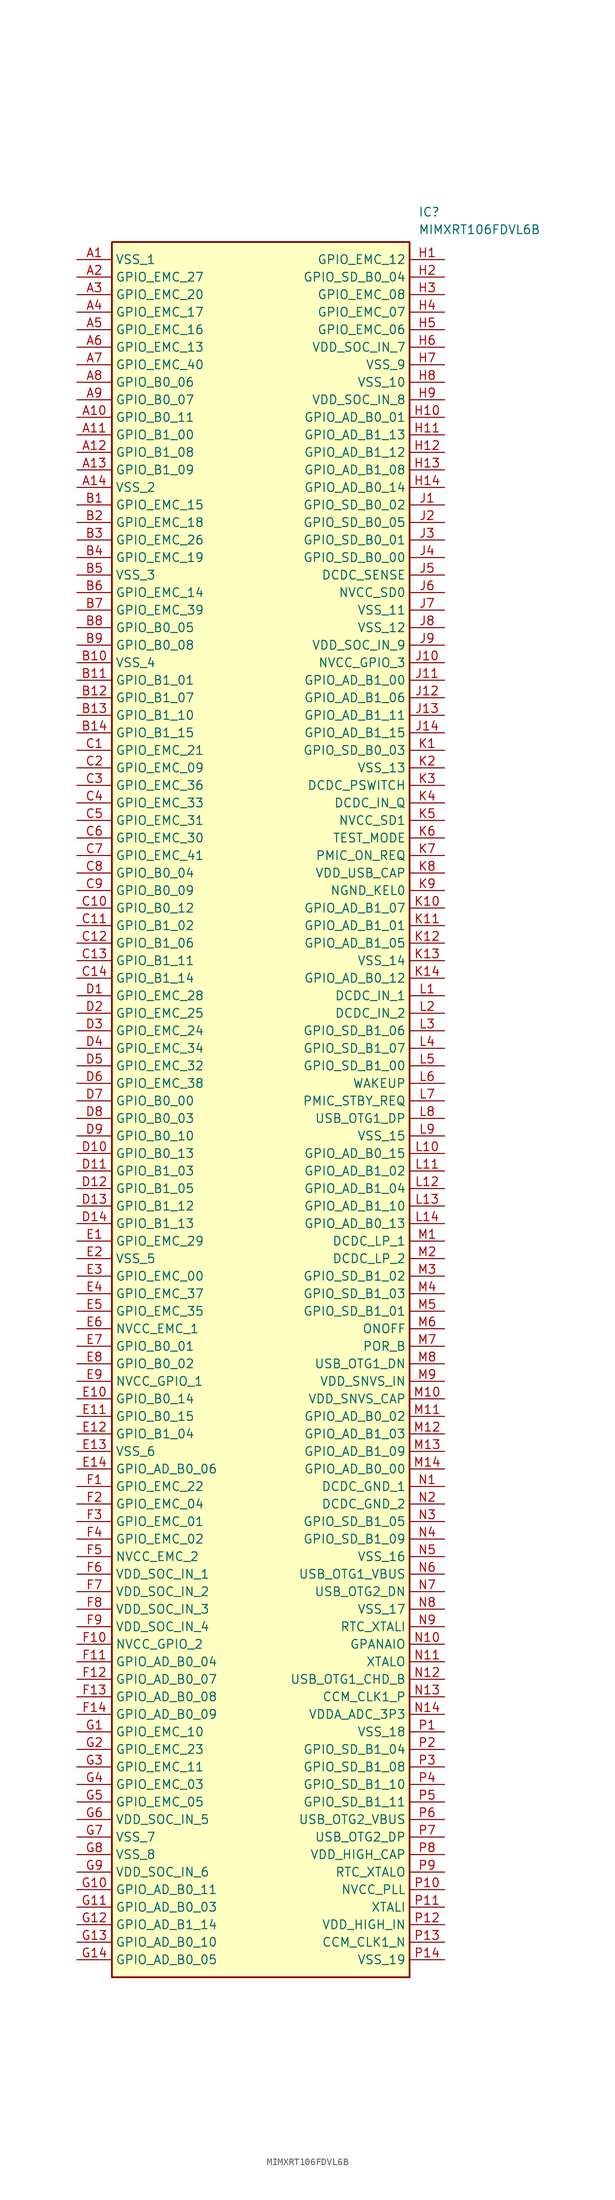
<source format=kicad_sym>
(kicad_symbol_lib
  (version 20211014)
  (generator SamacSys_ECAD_Model)
  (symbol "MIMXRT106FDVL6B"
    (property "Reference" "IC"
      (at 49.53 7.62 0)
      (effects (font (size 1.27 1.27)) (justify left top)))
    (property "Value" "MIMXRT106FDVL6B"
      (at 49.53 5.08 0)
      (effects (font (size 1.27 1.27)) (justify left top)))
    (rectangle
      (start 5.08 2.54)
      (end 48.26 -248.92)
      (stroke (width 0.254) (type default))
      (fill (type background)))
    (pin passive line
      (at 0 0 0)
      (length 5.08)
      (name "VSS_1" (effects (font (size 1.27 1.27))))
      (number "A1" (effects (font (size 1.27 1.27)))))
    (pin passive line
      (at 0 -2.54 0)
      (length 5.08)
      (name "GPIO_EMC_27" (effects (font (size 1.27 1.27))))
      (number "A2" (effects (font (size 1.27 1.27)))))
    (pin passive line
      (at 0 -5.08 0)
      (length 5.08)
      (name "GPIO_EMC_20" (effects (font (size 1.27 1.27))))
      (number "A3" (effects (font (size 1.27 1.27)))))
    (pin passive line
      (at 0 -7.62 0)
      (length 5.08)
      (name "GPIO_EMC_17" (effects (font (size 1.27 1.27))))
      (number "A4" (effects (font (size 1.27 1.27)))))
    (pin passive line
      (at 0 -10.16 0)
      (length 5.08)
      (name "GPIO_EMC_16" (effects (font (size 1.27 1.27))))
      (number "A5" (effects (font (size 1.27 1.27)))))
    (pin passive line
      (at 0 -12.7 0)
      (length 5.08)
      (name "GPIO_EMC_13" (effects (font (size 1.27 1.27))))
      (number "A6" (effects (font (size 1.27 1.27)))))
    (pin passive line
      (at 0 -15.24 0)
      (length 5.08)
      (name "GPIO_EMC_40" (effects (font (size 1.27 1.27))))
      (number "A7" (effects (font (size 1.27 1.27)))))
    (pin passive line
      (at 0 -17.78 0)
      (length 5.08)
      (name "GPIO_B0_06" (effects (font (size 1.27 1.27))))
      (number "A8" (effects (font (size 1.27 1.27)))))
    (pin passive line
      (at 0 -20.32 0)
      (length 5.08)
      (name "GPIO_B0_07" (effects (font (size 1.27 1.27))))
      (number "A9" (effects (font (size 1.27 1.27)))))
    (pin passive line
      (at 0 -22.86 0)
      (length 5.08)
      (name "GPIO_B0_11" (effects (font (size 1.27 1.27))))
      (number "A10" (effects (font (size 1.27 1.27)))))
    (pin passive line
      (at 0 -25.4 0)
      (length 5.08)
      (name "GPIO_B1_00" (effects (font (size 1.27 1.27))))
      (number "A11" (effects (font (size 1.27 1.27)))))
    (pin passive line
      (at 0 -27.94 0)
      (length 5.08)
      (name "GPIO_B1_08" (effects (font (size 1.27 1.27))))
      (number "A12" (effects (font (size 1.27 1.27)))))
    (pin passive line
      (at 0 -30.48 0)
      (length 5.08)
      (name "GPIO_B1_09" (effects (font (size 1.27 1.27))))
      (number "A13" (effects (font (size 1.27 1.27)))))
    (pin passive line
      (at 0 -33.02 0)
      (length 5.08)
      (name "VSS_2" (effects (font (size 1.27 1.27))))
      (number "A14" (effects (font (size 1.27 1.27)))))
    (pin passive line
      (at 0 -35.56 0)
      (length 5.08)
      (name "GPIO_EMC_15" (effects (font (size 1.27 1.27))))
      (number "B1" (effects (font (size 1.27 1.27)))))
    (pin passive line
      (at 0 -38.1 0)
      (length 5.08)
      (name "GPIO_EMC_18" (effects (font (size 1.27 1.27))))
      (number "B2" (effects (font (size 1.27 1.27)))))
    (pin passive line
      (at 0 -40.64 0)
      (length 5.08)
      (name "GPIO_EMC_26" (effects (font (size 1.27 1.27))))
      (number "B3" (effects (font (size 1.27 1.27)))))
    (pin passive line
      (at 0 -43.18 0)
      (length 5.08)
      (name "GPIO_EMC_19" (effects (font (size 1.27 1.27))))
      (number "B4" (effects (font (size 1.27 1.27)))))
    (pin passive line
      (at 0 -45.72 0)
      (length 5.08)
      (name "VSS_3" (effects (font (size 1.27 1.27))))
      (number "B5" (effects (font (size 1.27 1.27)))))
    (pin passive line
      (at 0 -48.26 0)
      (length 5.08)
      (name "GPIO_EMC_14" (effects (font (size 1.27 1.27))))
      (number "B6" (effects (font (size 1.27 1.27)))))
    (pin passive line
      (at 0 -50.8 0)
      (length 5.08)
      (name "GPIO_EMC_39" (effects (font (size 1.27 1.27))))
      (number "B7" (effects (font (size 1.27 1.27)))))
    (pin passive line
      (at 0 -53.34 0)
      (length 5.08)
      (name "GPIO_B0_05" (effects (font (size 1.27 1.27))))
      (number "B8" (effects (font (size 1.27 1.27)))))
    (pin passive line
      (at 0 -55.88 0)
      (length 5.08)
      (name "GPIO_B0_08" (effects (font (size 1.27 1.27))))
      (number "B9" (effects (font (size 1.27 1.27)))))
    (pin passive line
      (at 0 -58.42 0)
      (length 5.08)
      (name "VSS_4" (effects (font (size 1.27 1.27))))
      (number "B10" (effects (font (size 1.27 1.27)))))
    (pin passive line
      (at 0 -60.96 0)
      (length 5.08)
      (name "GPIO_B1_01" (effects (font (size 1.27 1.27))))
      (number "B11" (effects (font (size 1.27 1.27)))))
    (pin passive line
      (at 0 -63.5 0)
      (length 5.08)
      (name "GPIO_B1_07" (effects (font (size 1.27 1.27))))
      (number "B12" (effects (font (size 1.27 1.27)))))
    (pin passive line
      (at 0 -66.04 0)
      (length 5.08)
      (name "GPIO_B1_10" (effects (font (size 1.27 1.27))))
      (number "B13" (effects (font (size 1.27 1.27)))))
    (pin passive line
      (at 0 -68.58 0)
      (length 5.08)
      (name "GPIO_B1_15" (effects (font (size 1.27 1.27))))
      (number "B14" (effects (font (size 1.27 1.27)))))
    (pin passive line
      (at 0 -71.12 0)
      (length 5.08)
      (name "GPIO_EMC_21" (effects (font (size 1.27 1.27))))
      (number "C1" (effects (font (size 1.27 1.27)))))
    (pin passive line
      (at 0 -73.66 0)
      (length 5.08)
      (name "GPIO_EMC_09" (effects (font (size 1.27 1.27))))
      (number "C2" (effects (font (size 1.27 1.27)))))
    (pin passive line
      (at 0 -76.2 0)
      (length 5.08)
      (name "GPIO_EMC_36" (effects (font (size 1.27 1.27))))
      (number "C3" (effects (font (size 1.27 1.27)))))
    (pin passive line
      (at 0 -78.74 0)
      (length 5.08)
      (name "GPIO_EMC_33" (effects (font (size 1.27 1.27))))
      (number "C4" (effects (font (size 1.27 1.27)))))
    (pin passive line
      (at 0 -81.28 0)
      (length 5.08)
      (name "GPIO_EMC_31" (effects (font (size 1.27 1.27))))
      (number "C5" (effects (font (size 1.27 1.27)))))
    (pin passive line
      (at 0 -83.82 0)
      (length 5.08)
      (name "GPIO_EMC_30" (effects (font (size 1.27 1.27))))
      (number "C6" (effects (font (size 1.27 1.27)))))
    (pin passive line
      (at 0 -86.36 0)
      (length 5.08)
      (name "GPIO_EMC_41" (effects (font (size 1.27 1.27))))
      (number "C7" (effects (font (size 1.27 1.27)))))
    (pin passive line
      (at 0 -88.9 0)
      (length 5.08)
      (name "GPIO_B0_04" (effects (font (size 1.27 1.27))))
      (number "C8" (effects (font (size 1.27 1.27)))))
    (pin passive line
      (at 0 -91.44 0)
      (length 5.08)
      (name "GPIO_B0_09" (effects (font (size 1.27 1.27))))
      (number "C9" (effects (font (size 1.27 1.27)))))
    (pin passive line
      (at 0 -93.98 0)
      (length 5.08)
      (name "GPIO_B0_12" (effects (font (size 1.27 1.27))))
      (number "C10" (effects (font (size 1.27 1.27)))))
    (pin passive line
      (at 0 -96.52 0)
      (length 5.08)
      (name "GPIO_B1_02" (effects (font (size 1.27 1.27))))
      (number "C11" (effects (font (size 1.27 1.27)))))
    (pin passive line
      (at 0 -99.06 0)
      (length 5.08)
      (name "GPIO_B1_06" (effects (font (size 1.27 1.27))))
      (number "C12" (effects (font (size 1.27 1.27)))))
    (pin passive line
      (at 0 -101.6 0)
      (length 5.08)
      (name "GPIO_B1_11" (effects (font (size 1.27 1.27))))
      (number "C13" (effects (font (size 1.27 1.27)))))
    (pin passive line
      (at 0 -104.14 0)
      (length 5.08)
      (name "GPIO_B1_14" (effects (font (size 1.27 1.27))))
      (number "C14" (effects (font (size 1.27 1.27)))))
    (pin passive line
      (at 0 -106.68 0)
      (length 5.08)
      (name "GPIO_EMC_28" (effects (font (size 1.27 1.27))))
      (number "D1" (effects (font (size 1.27 1.27)))))
    (pin passive line
      (at 0 -109.22 0)
      (length 5.08)
      (name "GPIO_EMC_25" (effects (font (size 1.27 1.27))))
      (number "D2" (effects (font (size 1.27 1.27)))))
    (pin passive line
      (at 0 -111.76 0)
      (length 5.08)
      (name "GPIO_EMC_24" (effects (font (size 1.27 1.27))))
      (number "D3" (effects (font (size 1.27 1.27)))))
    (pin passive line
      (at 0 -114.3 0)
      (length 5.08)
      (name "GPIO_EMC_34" (effects (font (size 1.27 1.27))))
      (number "D4" (effects (font (size 1.27 1.27)))))
    (pin passive line
      (at 0 -116.84 0)
      (length 5.08)
      (name "GPIO_EMC_32" (effects (font (size 1.27 1.27))))
      (number "D5" (effects (font (size 1.27 1.27)))))
    (pin passive line
      (at 0 -119.38 0)
      (length 5.08)
      (name "GPIO_EMC_38" (effects (font (size 1.27 1.27))))
      (number "D6" (effects (font (size 1.27 1.27)))))
    (pin passive line
      (at 0 -121.92 0)
      (length 5.08)
      (name "GPIO_B0_00" (effects (font (size 1.27 1.27))))
      (number "D7" (effects (font (size 1.27 1.27)))))
    (pin passive line
      (at 0 -124.46 0)
      (length 5.08)
      (name "GPIO_B0_03" (effects (font (size 1.27 1.27))))
      (number "D8" (effects (font (size 1.27 1.27)))))
    (pin passive line
      (at 0 -127 0)
      (length 5.08)
      (name "GPIO_B0_10" (effects (font (size 1.27 1.27))))
      (number "D9" (effects (font (size 1.27 1.27)))))
    (pin passive line
      (at 0 -129.54 0)
      (length 5.08)
      (name "GPIO_B0_13" (effects (font (size 1.27 1.27))))
      (number "D10" (effects (font (size 1.27 1.27)))))
    (pin passive line
      (at 0 -132.08 0)
      (length 5.08)
      (name "GPIO_B1_03" (effects (font (size 1.27 1.27))))
      (number "D11" (effects (font (size 1.27 1.27)))))
    (pin passive line
      (at 0 -134.62 0)
      (length 5.08)
      (name "GPIO_B1_05" (effects (font (size 1.27 1.27))))
      (number "D12" (effects (font (size 1.27 1.27)))))
    (pin passive line
      (at 0 -137.16 0)
      (length 5.08)
      (name "GPIO_B1_12" (effects (font (size 1.27 1.27))))
      (number "D13" (effects (font (size 1.27 1.27)))))
    (pin passive line
      (at 0 -139.7 0)
      (length 5.08)
      (name "GPIO_B1_13" (effects (font (size 1.27 1.27))))
      (number "D14" (effects (font (size 1.27 1.27)))))
    (pin passive line
      (at 0 -142.24 0)
      (length 5.08)
      (name "GPIO_EMC_29" (effects (font (size 1.27 1.27))))
      (number "E1" (effects (font (size 1.27 1.27)))))
    (pin passive line
      (at 0 -144.78 0)
      (length 5.08)
      (name "VSS_5" (effects (font (size 1.27 1.27))))
      (number "E2" (effects (font (size 1.27 1.27)))))
    (pin passive line
      (at 0 -147.32 0)
      (length 5.08)
      (name "GPIO_EMC_00" (effects (font (size 1.27 1.27))))
      (number "E3" (effects (font (size 1.27 1.27)))))
    (pin passive line
      (at 0 -149.86 0)
      (length 5.08)
      (name "GPIO_EMC_37" (effects (font (size 1.27 1.27))))
      (number "E4" (effects (font (size 1.27 1.27)))))
    (pin passive line
      (at 0 -152.4 0)
      (length 5.08)
      (name "GPIO_EMC_35" (effects (font (size 1.27 1.27))))
      (number "E5" (effects (font (size 1.27 1.27)))))
    (pin passive line
      (at 0 -154.94 0)
      (length 5.08)
      (name "NVCC_EMC_1" (effects (font (size 1.27 1.27))))
      (number "E6" (effects (font (size 1.27 1.27)))))
    (pin passive line
      (at 0 -157.48 0)
      (length 5.08)
      (name "GPIO_B0_01" (effects (font (size 1.27 1.27))))
      (number "E7" (effects (font (size 1.27 1.27)))))
    (pin passive line
      (at 0 -160.02 0)
      (length 5.08)
      (name "GPIO_B0_02" (effects (font (size 1.27 1.27))))
      (number "E8" (effects (font (size 1.27 1.27)))))
    (pin passive line
      (at 0 -162.56 0)
      (length 5.08)
      (name "NVCC_GPIO_1" (effects (font (size 1.27 1.27))))
      (number "E9" (effects (font (size 1.27 1.27)))))
    (pin passive line
      (at 0 -165.1 0)
      (length 5.08)
      (name "GPIO_B0_14" (effects (font (size 1.27 1.27))))
      (number "E10" (effects (font (size 1.27 1.27)))))
    (pin passive line
      (at 0 -167.64 0)
      (length 5.08)
      (name "GPIO_B0_15" (effects (font (size 1.27 1.27))))
      (number "E11" (effects (font (size 1.27 1.27)))))
    (pin passive line
      (at 0 -170.18 0)
      (length 5.08)
      (name "GPIO_B1_04" (effects (font (size 1.27 1.27))))
      (number "E12" (effects (font (size 1.27 1.27)))))
    (pin passive line
      (at 0 -172.72 0)
      (length 5.08)
      (name "VSS_6" (effects (font (size 1.27 1.27))))
      (number "E13" (effects (font (size 1.27 1.27)))))
    (pin passive line
      (at 0 -175.26 0)
      (length 5.08)
      (name "GPIO_AD_B0_06" (effects (font (size 1.27 1.27))))
      (number "E14" (effects (font (size 1.27 1.27)))))
    (pin passive line
      (at 0 -177.8 0)
      (length 5.08)
      (name "GPIO_EMC_22" (effects (font (size 1.27 1.27))))
      (number "F1" (effects (font (size 1.27 1.27)))))
    (pin passive line
      (at 0 -180.34 0)
      (length 5.08)
      (name "GPIO_EMC_04" (effects (font (size 1.27 1.27))))
      (number "F2" (effects (font (size 1.27 1.27)))))
    (pin passive line
      (at 0 -182.88 0)
      (length 5.08)
      (name "GPIO_EMC_01" (effects (font (size 1.27 1.27))))
      (number "F3" (effects (font (size 1.27 1.27)))))
    (pin passive line
      (at 0 -185.42 0)
      (length 5.08)
      (name "GPIO_EMC_02" (effects (font (size 1.27 1.27))))
      (number "F4" (effects (font (size 1.27 1.27)))))
    (pin passive line
      (at 0 -187.96 0)
      (length 5.08)
      (name "NVCC_EMC_2" (effects (font (size 1.27 1.27))))
      (number "F5" (effects (font (size 1.27 1.27)))))
    (pin passive line
      (at 0 -190.5 0)
      (length 5.08)
      (name "VDD_SOC_IN_1" (effects (font (size 1.27 1.27))))
      (number "F6" (effects (font (size 1.27 1.27)))))
    (pin passive line
      (at 0 -193.04 0)
      (length 5.08)
      (name "VDD_SOC_IN_2" (effects (font (size 1.27 1.27))))
      (number "F7" (effects (font (size 1.27 1.27)))))
    (pin passive line
      (at 0 -195.58 0)
      (length 5.08)
      (name "VDD_SOC_IN_3" (effects (font (size 1.27 1.27))))
      (number "F8" (effects (font (size 1.27 1.27)))))
    (pin passive line
      (at 0 -198.12 0)
      (length 5.08)
      (name "VDD_SOC_IN_4" (effects (font (size 1.27 1.27))))
      (number "F9" (effects (font (size 1.27 1.27)))))
    (pin passive line
      (at 0 -200.66 0)
      (length 5.08)
      (name "NVCC_GPIO_2" (effects (font (size 1.27 1.27))))
      (number "F10" (effects (font (size 1.27 1.27)))))
    (pin passive line
      (at 0 -203.2 0)
      (length 5.08)
      (name "GPIO_AD_B0_04" (effects (font (size 1.27 1.27))))
      (number "F11" (effects (font (size 1.27 1.27)))))
    (pin passive line
      (at 0 -205.74 0)
      (length 5.08)
      (name "GPIO_AD_B0_07" (effects (font (size 1.27 1.27))))
      (number "F12" (effects (font (size 1.27 1.27)))))
    (pin passive line
      (at 0 -208.28 0)
      (length 5.08)
      (name "GPIO_AD_B0_08" (effects (font (size 1.27 1.27))))
      (number "F13" (effects (font (size 1.27 1.27)))))
    (pin passive line
      (at 0 -210.82 0)
      (length 5.08)
      (name "GPIO_AD_B0_09" (effects (font (size 1.27 1.27))))
      (number "F14" (effects (font (size 1.27 1.27)))))
    (pin passive line
      (at 0 -213.36 0)
      (length 5.08)
      (name "GPIO_EMC_10" (effects (font (size 1.27 1.27))))
      (number "G1" (effects (font (size 1.27 1.27)))))
    (pin passive line
      (at 0 -215.9 0)
      (length 5.08)
      (name "GPIO_EMC_23" (effects (font (size 1.27 1.27))))
      (number "G2" (effects (font (size 1.27 1.27)))))
    (pin passive line
      (at 0 -218.44 0)
      (length 5.08)
      (name "GPIO_EMC_11" (effects (font (size 1.27 1.27))))
      (number "G3" (effects (font (size 1.27 1.27)))))
    (pin passive line
      (at 0 -220.98 0)
      (length 5.08)
      (name "GPIO_EMC_03" (effects (font (size 1.27 1.27))))
      (number "G4" (effects (font (size 1.27 1.27)))))
    (pin passive line
      (at 0 -223.52 0)
      (length 5.08)
      (name "GPIO_EMC_05" (effects (font (size 1.27 1.27))))
      (number "G5" (effects (font (size 1.27 1.27)))))
    (pin passive line
      (at 0 -226.06 0)
      (length 5.08)
      (name "VDD_SOC_IN_5" (effects (font (size 1.27 1.27))))
      (number "G6" (effects (font (size 1.27 1.27)))))
    (pin passive line
      (at 0 -228.6 0)
      (length 5.08)
      (name "VSS_7" (effects (font (size 1.27 1.27))))
      (number "G7" (effects (font (size 1.27 1.27)))))
    (pin passive line
      (at 0 -231.14 0)
      (length 5.08)
      (name "VSS_8" (effects (font (size 1.27 1.27))))
      (number "G8" (effects (font (size 1.27 1.27)))))
    (pin passive line
      (at 0 -233.68 0)
      (length 5.08)
      (name "VDD_SOC_IN_6" (effects (font (size 1.27 1.27))))
      (number "G9" (effects (font (size 1.27 1.27)))))
    (pin passive line
      (at 0 -236.22 0)
      (length 5.08)
      (name "GPIO_AD_B0_11" (effects (font (size 1.27 1.27))))
      (number "G10" (effects (font (size 1.27 1.27)))))
    (pin passive line
      (at 0 -238.76 0)
      (length 5.08)
      (name "GPIO_AD_B0_03" (effects (font (size 1.27 1.27))))
      (number "G11" (effects (font (size 1.27 1.27)))))
    (pin passive line
      (at 0 -241.3 0)
      (length 5.08)
      (name "GPIO_AD_B1_14" (effects (font (size 1.27 1.27))))
      (number "G12" (effects (font (size 1.27 1.27)))))
    (pin passive line
      (at 0 -243.84 0)
      (length 5.08)
      (name "GPIO_AD_B0_10" (effects (font (size 1.27 1.27))))
      (number "G13" (effects (font (size 1.27 1.27)))))
    (pin passive line
      (at 0 -246.38 0)
      (length 5.08)
      (name "GPIO_AD_B0_05" (effects (font (size 1.27 1.27))))
      (number "G14" (effects (font (size 1.27 1.27)))))
    (pin passive line
      (at 53.34 0 180)
      (length 5.08)
      (name "GPIO_EMC_12" (effects (font (size 1.27 1.27))))
      (number "H1" (effects (font (size 1.27 1.27)))))
    (pin passive line
      (at 53.34 -2.54 180)
      (length 5.08)
      (name "GPIO_SD_B0_04" (effects (font (size 1.27 1.27))))
      (number "H2" (effects (font (size 1.27 1.27)))))
    (pin passive line
      (at 53.34 -5.08 180)
      (length 5.08)
      (name "GPIO_EMC_08" (effects (font (size 1.27 1.27))))
      (number "H3" (effects (font (size 1.27 1.27)))))
    (pin passive line
      (at 53.34 -7.62 180)
      (length 5.08)
      (name "GPIO_EMC_07" (effects (font (size 1.27 1.27))))
      (number "H4" (effects (font (size 1.27 1.27)))))
    (pin passive line
      (at 53.34 -10.16 180)
      (length 5.08)
      (name "GPIO_EMC_06" (effects (font (size 1.27 1.27))))
      (number "H5" (effects (font (size 1.27 1.27)))))
    (pin passive line
      (at 53.34 -12.7 180)
      (length 5.08)
      (name "VDD_SOC_IN_7" (effects (font (size 1.27 1.27))))
      (number "H6" (effects (font (size 1.27 1.27)))))
    (pin passive line
      (at 53.34 -15.24 180)
      (length 5.08)
      (name "VSS_9" (effects (font (size 1.27 1.27))))
      (number "H7" (effects (font (size 1.27 1.27)))))
    (pin passive line
      (at 53.34 -17.78 180)
      (length 5.08)
      (name "VSS_10" (effects (font (size 1.27 1.27))))
      (number "H8" (effects (font (size 1.27 1.27)))))
    (pin passive line
      (at 53.34 -20.32 180)
      (length 5.08)
      (name "VDD_SOC_IN_8" (effects (font (size 1.27 1.27))))
      (number "H9" (effects (font (size 1.27 1.27)))))
    (pin passive line
      (at 53.34 -22.86 180)
      (length 5.08)
      (name "GPIO_AD_B0_01" (effects (font (size 1.27 1.27))))
      (number "H10" (effects (font (size 1.27 1.27)))))
    (pin passive line
      (at 53.34 -25.4 180)
      (length 5.08)
      (name "GPIO_AD_B1_13" (effects (font (size 1.27 1.27))))
      (number "H11" (effects (font (size 1.27 1.27)))))
    (pin passive line
      (at 53.34 -27.94 180)
      (length 5.08)
      (name "GPIO_AD_B1_12" (effects (font (size 1.27 1.27))))
      (number "H12" (effects (font (size 1.27 1.27)))))
    (pin passive line
      (at 53.34 -30.48 180)
      (length 5.08)
      (name "GPIO_AD_B1_08" (effects (font (size 1.27 1.27))))
      (number "H13" (effects (font (size 1.27 1.27)))))
    (pin passive line
      (at 53.34 -33.02 180)
      (length 5.08)
      (name "GPIO_AD_B0_14" (effects (font (size 1.27 1.27))))
      (number "H14" (effects (font (size 1.27 1.27)))))
    (pin passive line
      (at 53.34 -35.56 180)
      (length 5.08)
      (name "GPIO_SD_B0_02" (effects (font (size 1.27 1.27))))
      (number "J1" (effects (font (size 1.27 1.27)))))
    (pin passive line
      (at 53.34 -38.1 180)
      (length 5.08)
      (name "GPIO_SD_B0_05" (effects (font (size 1.27 1.27))))
      (number "J2" (effects (font (size 1.27 1.27)))))
    (pin passive line
      (at 53.34 -40.64 180)
      (length 5.08)
      (name "GPIO_SD_B0_01" (effects (font (size 1.27 1.27))))
      (number "J3" (effects (font (size 1.27 1.27)))))
    (pin passive line
      (at 53.34 -43.18 180)
      (length 5.08)
      (name "GPIO_SD_B0_00" (effects (font (size 1.27 1.27))))
      (number "J4" (effects (font (size 1.27 1.27)))))
    (pin passive line
      (at 53.34 -45.72 180)
      (length 5.08)
      (name "DCDC_SENSE" (effects (font (size 1.27 1.27))))
      (number "J5" (effects (font (size 1.27 1.27)))))
    (pin passive line
      (at 53.34 -48.26 180)
      (length 5.08)
      (name "NVCC_SD0" (effects (font (size 1.27 1.27))))
      (number "J6" (effects (font (size 1.27 1.27)))))
    (pin passive line
      (at 53.34 -50.8 180)
      (length 5.08)
      (name "VSS_11" (effects (font (size 1.27 1.27))))
      (number "J7" (effects (font (size 1.27 1.27)))))
    (pin passive line
      (at 53.34 -53.34 180)
      (length 5.08)
      (name "VSS_12" (effects (font (size 1.27 1.27))))
      (number "J8" (effects (font (size 1.27 1.27)))))
    (pin passive line
      (at 53.34 -55.88 180)
      (length 5.08)
      (name "VDD_SOC_IN_9" (effects (font (size 1.27 1.27))))
      (number "J9" (effects (font (size 1.27 1.27)))))
    (pin passive line
      (at 53.34 -58.42 180)
      (length 5.08)
      (name "NVCC_GPIO_3" (effects (font (size 1.27 1.27))))
      (number "J10" (effects (font (size 1.27 1.27)))))
    (pin passive line
      (at 53.34 -60.96 180)
      (length 5.08)
      (name "GPIO_AD_B1_00" (effects (font (size 1.27 1.27))))
      (number "J11" (effects (font (size 1.27 1.27)))))
    (pin passive line
      (at 53.34 -63.5 180)
      (length 5.08)
      (name "GPIO_AD_B1_06" (effects (font (size 1.27 1.27))))
      (number "J12" (effects (font (size 1.27 1.27)))))
    (pin passive line
      (at 53.34 -66.04 180)
      (length 5.08)
      (name "GPIO_AD_B1_11" (effects (font (size 1.27 1.27))))
      (number "J13" (effects (font (size 1.27 1.27)))))
    (pin passive line
      (at 53.34 -68.58 180)
      (length 5.08)
      (name "GPIO_AD_B1_15" (effects (font (size 1.27 1.27))))
      (number "J14" (effects (font (size 1.27 1.27)))))
    (pin passive line
      (at 53.34 -71.12 180)
      (length 5.08)
      (name "GPIO_SD_B0_03" (effects (font (size 1.27 1.27))))
      (number "K1" (effects (font (size 1.27 1.27)))))
    (pin passive line
      (at 53.34 -73.66 180)
      (length 5.08)
      (name "VSS_13" (effects (font (size 1.27 1.27))))
      (number "K2" (effects (font (size 1.27 1.27)))))
    (pin passive line
      (at 53.34 -76.2 180)
      (length 5.08)
      (name "DCDC_PSWITCH" (effects (font (size 1.27 1.27))))
      (number "K3" (effects (font (size 1.27 1.27)))))
    (pin passive line
      (at 53.34 -78.74 180)
      (length 5.08)
      (name "DCDC_IN_Q" (effects (font (size 1.27 1.27))))
      (number "K4" (effects (font (size 1.27 1.27)))))
    (pin passive line
      (at 53.34 -81.28 180)
      (length 5.08)
      (name "NVCC_SD1" (effects (font (size 1.27 1.27))))
      (number "K5" (effects (font (size 1.27 1.27)))))
    (pin passive line
      (at 53.34 -83.82 180)
      (length 5.08)
      (name "TEST_MODE" (effects (font (size 1.27 1.27))))
      (number "K6" (effects (font (size 1.27 1.27)))))
    (pin passive line
      (at 53.34 -86.36 180)
      (length 5.08)
      (name "PMIC_ON_REQ" (effects (font (size 1.27 1.27))))
      (number "K7" (effects (font (size 1.27 1.27)))))
    (pin passive line
      (at 53.34 -88.9 180)
      (length 5.08)
      (name "VDD_USB_CAP" (effects (font (size 1.27 1.27))))
      (number "K8" (effects (font (size 1.27 1.27)))))
    (pin passive line
      (at 53.34 -91.44 180)
      (length 5.08)
      (name "NGND_KEL0" (effects (font (size 1.27 1.27))))
      (number "K9" (effects (font (size 1.27 1.27)))))
    (pin passive line
      (at 53.34 -93.98 180)
      (length 5.08)
      (name "GPIO_AD_B1_07" (effects (font (size 1.27 1.27))))
      (number "K10" (effects (font (size 1.27 1.27)))))
    (pin passive line
      (at 53.34 -96.52 180)
      (length 5.08)
      (name "GPIO_AD_B1_01" (effects (font (size 1.27 1.27))))
      (number "K11" (effects (font (size 1.27 1.27)))))
    (pin passive line
      (at 53.34 -99.06 180)
      (length 5.08)
      (name "GPIO_AD_B1_05" (effects (font (size 1.27 1.27))))
      (number "K12" (effects (font (size 1.27 1.27)))))
    (pin passive line
      (at 53.34 -101.6 180)
      (length 5.08)
      (name "VSS_14" (effects (font (size 1.27 1.27))))
      (number "K13" (effects (font (size 1.27 1.27)))))
    (pin passive line
      (at 53.34 -104.14 180)
      (length 5.08)
      (name "GPIO_AD_B0_12" (effects (font (size 1.27 1.27))))
      (number "K14" (effects (font (size 1.27 1.27)))))
    (pin passive line
      (at 53.34 -106.68 180)
      (length 5.08)
      (name "DCDC_IN_1" (effects (font (size 1.27 1.27))))
      (number "L1" (effects (font (size 1.27 1.27)))))
    (pin passive line
      (at 53.34 -109.22 180)
      (length 5.08)
      (name "DCDC_IN_2" (effects (font (size 1.27 1.27))))
      (number "L2" (effects (font (size 1.27 1.27)))))
    (pin passive line
      (at 53.34 -111.76 180)
      (length 5.08)
      (name "GPIO_SD_B1_06" (effects (font (size 1.27 1.27))))
      (number "L3" (effects (font (size 1.27 1.27)))))
    (pin passive line
      (at 53.34 -114.3 180)
      (length 5.08)
      (name "GPIO_SD_B1_07" (effects (font (size 1.27 1.27))))
      (number "L4" (effects (font (size 1.27 1.27)))))
    (pin passive line
      (at 53.34 -116.84 180)
      (length 5.08)
      (name "GPIO_SD_B1_00" (effects (font (size 1.27 1.27))))
      (number "L5" (effects (font (size 1.27 1.27)))))
    (pin passive line
      (at 53.34 -119.38 180)
      (length 5.08)
      (name "WAKEUP" (effects (font (size 1.27 1.27))))
      (number "L6" (effects (font (size 1.27 1.27)))))
    (pin passive line
      (at 53.34 -121.92 180)
      (length 5.08)
      (name "PMIC_STBY_REQ" (effects (font (size 1.27 1.27))))
      (number "L7" (effects (font (size 1.27 1.27)))))
    (pin passive line
      (at 53.34 -124.46 180)
      (length 5.08)
      (name "USB_OTG1_DP" (effects (font (size 1.27 1.27))))
      (number "L8" (effects (font (size 1.27 1.27)))))
    (pin passive line
      (at 53.34 -127 180)
      (length 5.08)
      (name "VSS_15" (effects (font (size 1.27 1.27))))
      (number "L9" (effects (font (size 1.27 1.27)))))
    (pin passive line
      (at 53.34 -129.54 180)
      (length 5.08)
      (name "GPIO_AD_B0_15" (effects (font (size 1.27 1.27))))
      (number "L10" (effects (font (size 1.27 1.27)))))
    (pin passive line
      (at 53.34 -132.08 180)
      (length 5.08)
      (name "GPIO_AD_B1_02" (effects (font (size 1.27 1.27))))
      (number "L11" (effects (font (size 1.27 1.27)))))
    (pin passive line
      (at 53.34 -134.62 180)
      (length 5.08)
      (name "GPIO_AD_B1_04" (effects (font (size 1.27 1.27))))
      (number "L12" (effects (font (size 1.27 1.27)))))
    (pin passive line
      (at 53.34 -137.16 180)
      (length 5.08)
      (name "GPIO_AD_B1_10" (effects (font (size 1.27 1.27))))
      (number "L13" (effects (font (size 1.27 1.27)))))
    (pin passive line
      (at 53.34 -139.7 180)
      (length 5.08)
      (name "GPIO_AD_B0_13" (effects (font (size 1.27 1.27))))
      (number "L14" (effects (font (size 1.27 1.27)))))
    (pin passive line
      (at 53.34 -142.24 180)
      (length 5.08)
      (name "DCDC_LP_1" (effects (font (size 1.27 1.27))))
      (number "M1" (effects (font (size 1.27 1.27)))))
    (pin passive line
      (at 53.34 -144.78 180)
      (length 5.08)
      (name "DCDC_LP_2" (effects (font (size 1.27 1.27))))
      (number "M2" (effects (font (size 1.27 1.27)))))
    (pin passive line
      (at 53.34 -147.32 180)
      (length 5.08)
      (name "GPIO_SD_B1_02" (effects (font (size 1.27 1.27))))
      (number "M3" (effects (font (size 1.27 1.27)))))
    (pin passive line
      (at 53.34 -149.86 180)
      (length 5.08)
      (name "GPIO_SD_B1_03" (effects (font (size 1.27 1.27))))
      (number "M4" (effects (font (size 1.27 1.27)))))
    (pin passive line
      (at 53.34 -152.4 180)
      (length 5.08)
      (name "GPIO_SD_B1_01" (effects (font (size 1.27 1.27))))
      (number "M5" (effects (font (size 1.27 1.27)))))
    (pin passive line
      (at 53.34 -154.94 180)
      (length 5.08)
      (name "ONOFF" (effects (font (size 1.27 1.27))))
      (number "M6" (effects (font (size 1.27 1.27)))))
    (pin passive line
      (at 53.34 -157.48 180)
      (length 5.08)
      (name "POR_B" (effects (font (size 1.27 1.27))))
      (number "M7" (effects (font (size 1.27 1.27)))))
    (pin passive line
      (at 53.34 -160.02 180)
      (length 5.08)
      (name "USB_OTG1_DN" (effects (font (size 1.27 1.27))))
      (number "M8" (effects (font (size 1.27 1.27)))))
    (pin passive line
      (at 53.34 -162.56 180)
      (length 5.08)
      (name "VDD_SNVS_IN" (effects (font (size 1.27 1.27))))
      (number "M9" (effects (font (size 1.27 1.27)))))
    (pin passive line
      (at 53.34 -165.1 180)
      (length 5.08)
      (name "VDD_SNVS_CAP" (effects (font (size 1.27 1.27))))
      (number "M10" (effects (font (size 1.27 1.27)))))
    (pin passive line
      (at 53.34 -167.64 180)
      (length 5.08)
      (name "GPIO_AD_B0_02" (effects (font (size 1.27 1.27))))
      (number "M11" (effects (font (size 1.27 1.27)))))
    (pin passive line
      (at 53.34 -170.18 180)
      (length 5.08)
      (name "GPIO_AD_B1_03" (effects (font (size 1.27 1.27))))
      (number "M12" (effects (font (size 1.27 1.27)))))
    (pin passive line
      (at 53.34 -172.72 180)
      (length 5.08)
      (name "GPIO_AD_B1_09" (effects (font (size 1.27 1.27))))
      (number "M13" (effects (font (size 1.27 1.27)))))
    (pin passive line
      (at 53.34 -175.26 180)
      (length 5.08)
      (name "GPIO_AD_B0_00" (effects (font (size 1.27 1.27))))
      (number "M14" (effects (font (size 1.27 1.27)))))
    (pin passive line
      (at 53.34 -177.8 180)
      (length 5.08)
      (name "DCDC_GND_1" (effects (font (size 1.27 1.27))))
      (number "N1" (effects (font (size 1.27 1.27)))))
    (pin passive line
      (at 53.34 -180.34 180)
      (length 5.08)
      (name "DCDC_GND_2" (effects (font (size 1.27 1.27))))
      (number "N2" (effects (font (size 1.27 1.27)))))
    (pin passive line
      (at 53.34 -182.88 180)
      (length 5.08)
      (name "GPIO_SD_B1_05" (effects (font (size 1.27 1.27))))
      (number "N3" (effects (font (size 1.27 1.27)))))
    (pin passive line
      (at 53.34 -185.42 180)
      (length 5.08)
      (name "GPIO_SD_B1_09" (effects (font (size 1.27 1.27))))
      (number "N4" (effects (font (size 1.27 1.27)))))
    (pin passive line
      (at 53.34 -187.96 180)
      (length 5.08)
      (name "VSS_16" (effects (font (size 1.27 1.27))))
      (number "N5" (effects (font (size 1.27 1.27)))))
    (pin passive line
      (at 53.34 -190.5 180)
      (length 5.08)
      (name "USB_OTG1_VBUS" (effects (font (size 1.27 1.27))))
      (number "N6" (effects (font (size 1.27 1.27)))))
    (pin passive line
      (at 53.34 -193.04 180)
      (length 5.08)
      (name "USB_OTG2_DN" (effects (font (size 1.27 1.27))))
      (number "N7" (effects (font (size 1.27 1.27)))))
    (pin passive line
      (at 53.34 -195.58 180)
      (length 5.08)
      (name "VSS_17" (effects (font (size 1.27 1.27))))
      (number "N8" (effects (font (size 1.27 1.27)))))
    (pin passive line
      (at 53.34 -198.12 180)
      (length 5.08)
      (name "RTC_XTALI" (effects (font (size 1.27 1.27))))
      (number "N9" (effects (font (size 1.27 1.27)))))
    (pin passive line
      (at 53.34 -200.66 180)
      (length 5.08)
      (name "GPANAIO" (effects (font (size 1.27 1.27))))
      (number "N10" (effects (font (size 1.27 1.27)))))
    (pin passive line
      (at 53.34 -203.2 180)
      (length 5.08)
      (name "XTALO" (effects (font (size 1.27 1.27))))
      (number "N11" (effects (font (size 1.27 1.27)))))
    (pin passive line
      (at 53.34 -205.74 180)
      (length 5.08)
      (name "USB_OTG1_CHD_B" (effects (font (size 1.27 1.27))))
      (number "N12" (effects (font (size 1.27 1.27)))))
    (pin passive line
      (at 53.34 -208.28 180)
      (length 5.08)
      (name "CCM_CLK1_P" (effects (font (size 1.27 1.27))))
      (number "N13" (effects (font (size 1.27 1.27)))))
    (pin passive line
      (at 53.34 -210.82 180)
      (length 5.08)
      (name "VDDA_ADC_3P3" (effects (font (size 1.27 1.27))))
      (number "N14" (effects (font (size 1.27 1.27)))))
    (pin passive line
      (at 53.34 -213.36 180)
      (length 5.08)
      (name "VSS_18" (effects (font (size 1.27 1.27))))
      (number "P1" (effects (font (size 1.27 1.27)))))
    (pin passive line
      (at 53.34 -215.9 180)
      (length 5.08)
      (name "GPIO_SD_B1_04" (effects (font (size 1.27 1.27))))
      (number "P2" (effects (font (size 1.27 1.27)))))
    (pin passive line
      (at 53.34 -218.44 180)
      (length 5.08)
      (name "GPIO_SD_B1_08" (effects (font (size 1.27 1.27))))
      (number "P3" (effects (font (size 1.27 1.27)))))
    (pin passive line
      (at 53.34 -220.98 180)
      (length 5.08)
      (name "GPIO_SD_B1_10" (effects (font (size 1.27 1.27))))
      (number "P4" (effects (font (size 1.27 1.27)))))
    (pin passive line
      (at 53.34 -223.52 180)
      (length 5.08)
      (name "GPIO_SD_B1_11" (effects (font (size 1.27 1.27))))
      (number "P5" (effects (font (size 1.27 1.27)))))
    (pin passive line
      (at 53.34 -226.06 180)
      (length 5.08)
      (name "USB_OTG2_VBUS" (effects (font (size 1.27 1.27))))
      (number "P6" (effects (font (size 1.27 1.27)))))
    (pin passive line
      (at 53.34 -228.6 180)
      (length 5.08)
      (name "USB_OTG2_DP" (effects (font (size 1.27 1.27))))
      (number "P7" (effects (font (size 1.27 1.27)))))
    (pin passive line
      (at 53.34 -231.14 180)
      (length 5.08)
      (name "VDD_HIGH_CAP" (effects (font (size 1.27 1.27))))
      (number "P8" (effects (font (size 1.27 1.27)))))
    (pin passive line
      (at 53.34 -233.68 180)
      (length 5.08)
      (name "RTC_XTALO" (effects (font (size 1.27 1.27))))
      (number "P9" (effects (font (size 1.27 1.27)))))
    (pin passive line
      (at 53.34 -236.22 180)
      (length 5.08)
      (name "NVCC_PLL" (effects (font (size 1.27 1.27))))
      (number "P10" (effects (font (size 1.27 1.27)))))
    (pin passive line
      (at 53.34 -238.76 180)
      (length 5.08)
      (name "XTALI" (effects (font (size 1.27 1.27))))
      (number "P11" (effects (font (size 1.27 1.27)))))
    (pin passive line
      (at 53.34 -241.3 180)
      (length 5.08)
      (name "VDD_HIGH_IN" (effects (font (size 1.27 1.27))))
      (number "P12" (effects (font (size 1.27 1.27)))))
    (pin passive line
      (at 53.34 -243.84 180)
      (length 5.08)
      (name "CCM_CLK1_N" (effects (font (size 1.27 1.27))))
      (number "P13" (effects (font (size 1.27 1.27)))))
    (pin passive line
      (at 53.34 -246.38 180)
      (length 5.08)
      (name "VSS_19" (effects (font (size 1.27 1.27))))
      (number "P14" (effects (font (size 1.27 1.27)))))))
</source>
